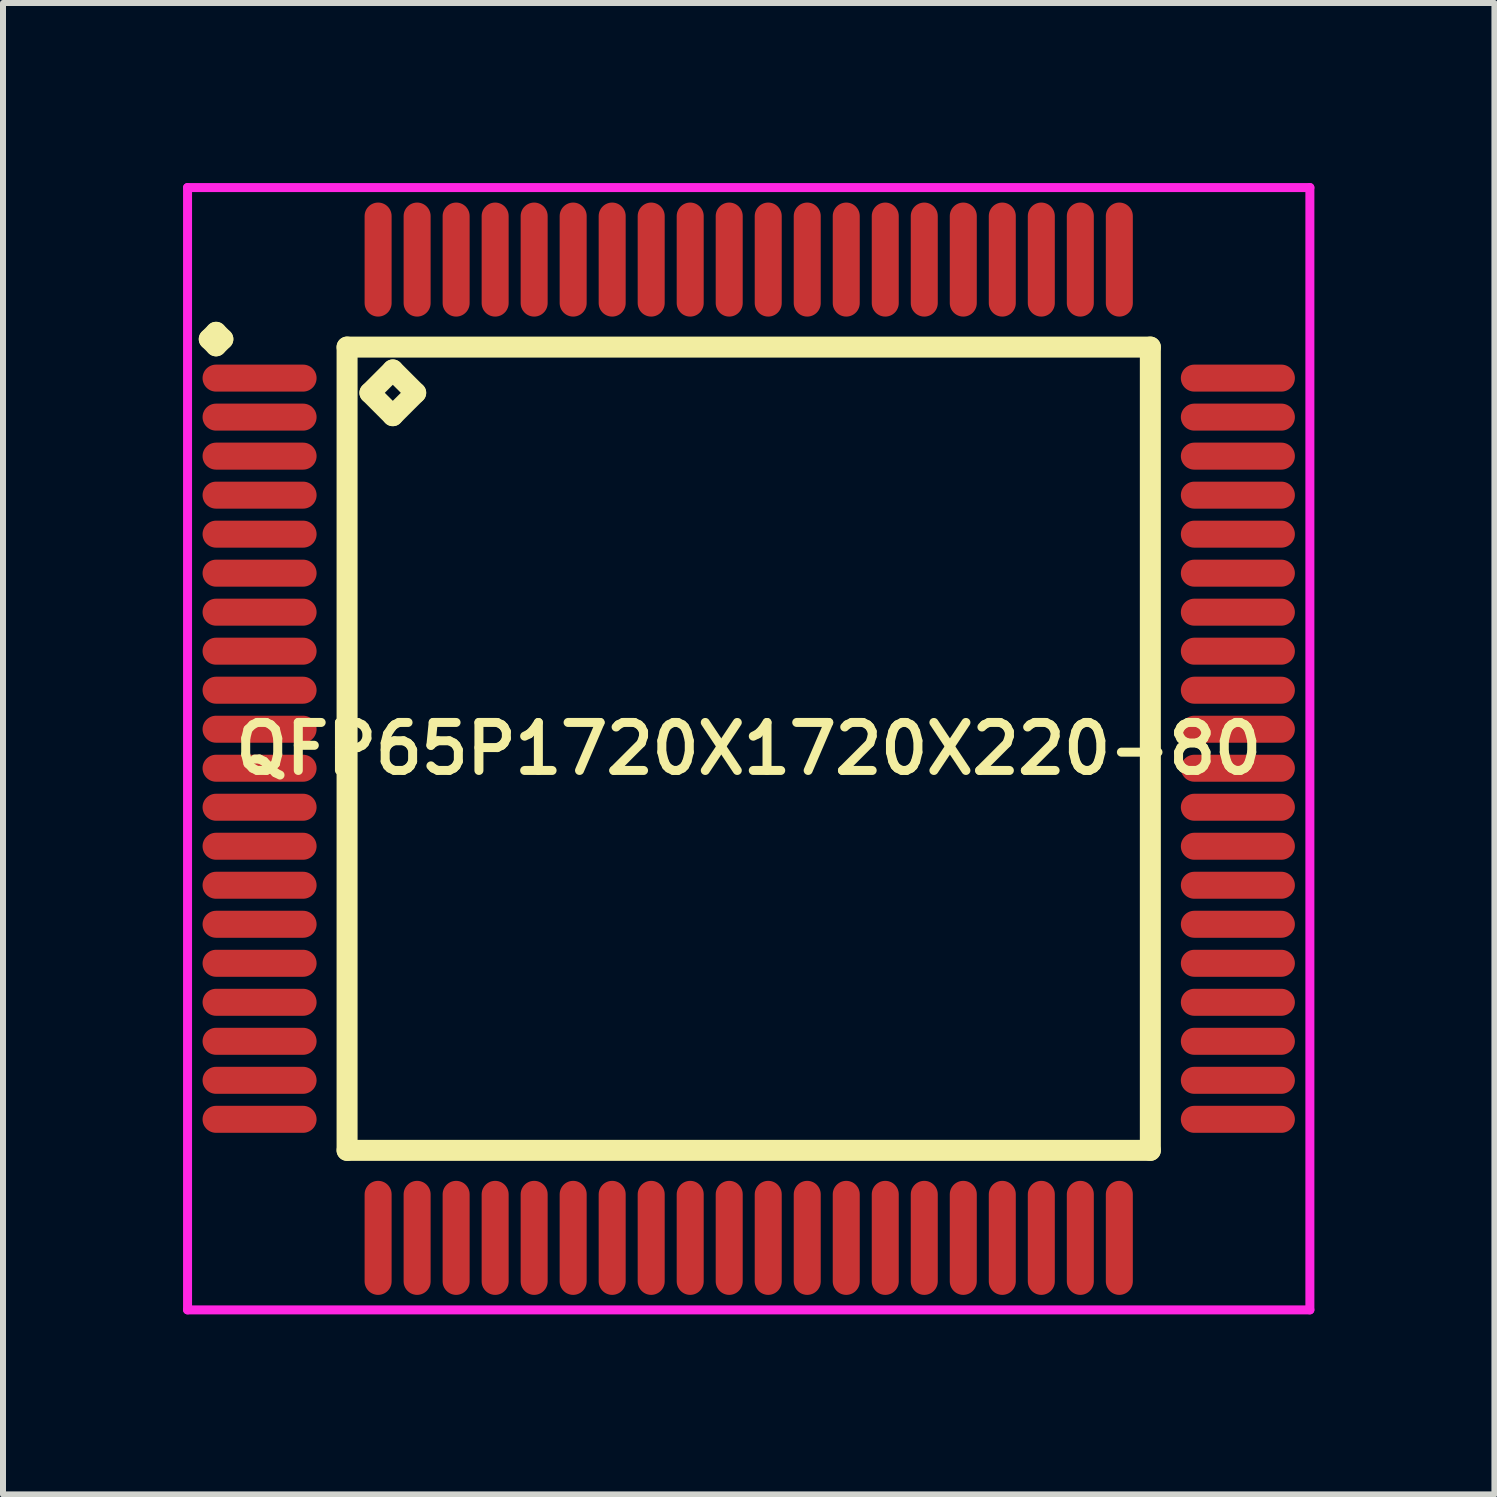
<source format=kicad_pcb>
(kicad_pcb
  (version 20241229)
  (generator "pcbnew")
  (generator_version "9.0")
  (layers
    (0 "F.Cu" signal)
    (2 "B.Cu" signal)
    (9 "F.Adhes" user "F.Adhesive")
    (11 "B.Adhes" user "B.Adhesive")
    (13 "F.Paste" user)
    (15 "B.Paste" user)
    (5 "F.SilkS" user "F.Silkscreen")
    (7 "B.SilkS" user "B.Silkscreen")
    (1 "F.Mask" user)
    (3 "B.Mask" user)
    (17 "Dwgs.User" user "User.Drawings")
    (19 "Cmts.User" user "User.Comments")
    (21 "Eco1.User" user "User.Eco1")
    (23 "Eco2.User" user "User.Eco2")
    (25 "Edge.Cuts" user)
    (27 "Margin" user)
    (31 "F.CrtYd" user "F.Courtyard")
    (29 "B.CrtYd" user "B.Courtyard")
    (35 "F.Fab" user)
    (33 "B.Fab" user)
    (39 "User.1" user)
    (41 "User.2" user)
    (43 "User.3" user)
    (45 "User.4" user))
  (footprint "QFP65P1720X1720X220-80"
    (layer "F.Cu")
    (at 9.425 9.425)
    (property "Reference" "QFP65P1720X1720X220-80" (at 0 0 0) (layer "F.SilkS") (effects (font (size 0.8 0.8) (thickness 0.15))))
    (attr smd)
    (fp_line (start -8.988 -6.825) (end -8.875 -6.938) (stroke (width 0.35) (type solid)) (layer "F.SilkS"))
    (fp_line (start -8.875 -6.938) (end -8.762 -6.825) (stroke (width 0.35) (type solid)) (layer "F.SilkS"))
    (fp_line (start -8.875 -6.713) (end -8.988 -6.825) (stroke (width 0.35) (type solid)) (layer "F.SilkS"))
    (fp_line (start -8.762 -6.825) (end -8.875 -6.713) (stroke (width 0.35) (type solid)) (layer "F.SilkS"))
    (fp_line (start -6.692 -6.692) (end -6.692 6.692) (stroke (width 0.35) (type solid)) (layer "F.SilkS"))
    (fp_line (start -6.692 6.692) (end 6.692 6.692) (stroke (width 0.35) (type solid)) (layer "F.SilkS"))
    (fp_line (start -6.311 -5.93) (end -5.93 -6.311) (stroke (width 0.35) (type solid)) (layer "F.SilkS"))
    (fp_line (start -5.93 -6.311) (end -5.549 -5.93) (stroke (width 0.35) (type solid)) (layer "F.SilkS"))
    (fp_line (start -5.93 -5.549) (end -6.311 -5.93) (stroke (width 0.35) (type solid)) (layer "F.SilkS"))
    (fp_line (start -5.549 -5.93) (end -5.93 -5.549) (stroke (width 0.35) (type solid)) (layer "F.SilkS"))
    (fp_line (start 6.692 -6.692) (end -6.692 -6.692) (stroke (width 0.35) (type solid)) (layer "F.SilkS"))
    (fp_line (start 6.692 6.692) (end 6.692 -6.692) (stroke (width 0.35) (type solid)) (layer "F.SilkS"))
    (fp_line (start -9.35 -9.35) (end 9.35 -9.35) (stroke (width 0.15) (type solid)) (layer "F.CrtYd"))
    (fp_line (start -9.35 9.35) (end -9.35 -9.35) (stroke (width 0.15) (type solid)) (layer "F.CrtYd"))
    (fp_line (start 9.35 -9.35) (end 9.35 9.35) (stroke (width 0.15) (type solid)) (layer "F.CrtYd"))
    (fp_line (start 9.35 9.35) (end -9.35 9.35) (stroke (width 0.15) (type solid)) (layer "F.CrtYd"))
    (pad "1" smd oval (at -8.15 -6.175) (size 1.9 0.45) (layers "F.Cu" "F.Mask" "F.Paste"))
    (pad "2" smd oval (at -8.15 -5.525) (size 1.9 0.45) (layers "F.Cu" "F.Mask" "F.Paste"))
    (pad "3" smd oval (at -8.15 -4.875) (size 1.9 0.45) (layers "F.Cu" "F.Mask" "F.Paste"))
    (pad "4" smd oval (at -8.15 -4.225) (size 1.9 0.45) (layers "F.Cu" "F.Mask" "F.Paste"))
    (pad "5" smd oval (at -8.15 -3.575) (size 1.9 0.45) (layers "F.Cu" "F.Mask" "F.Paste"))
    (pad "6" smd oval (at -8.15 -2.925) (size 1.9 0.45) (layers "F.Cu" "F.Mask" "F.Paste"))
    (pad "7" smd oval (at -8.15 -2.275) (size 1.9 0.45) (layers "F.Cu" "F.Mask" "F.Paste"))
    (pad "8" smd oval (at -8.15 -1.625) (size 1.9 0.45) (layers "F.Cu" "F.Mask" "F.Paste"))
    (pad "9" smd oval (at -8.15 -0.975) (size 1.9 0.45) (layers "F.Cu" "F.Mask" "F.Paste"))
    (pad "10" smd oval (at -8.15 -0.325) (size 1.9 0.45) (layers "F.Cu" "F.Mask" "F.Paste"))
    (pad "11" smd oval (at -8.15 0.325) (size 1.9 0.45) (layers "F.Cu" "F.Mask" "F.Paste"))
    (pad "12" smd oval (at -8.15 0.975) (size 1.9 0.45) (layers "F.Cu" "F.Mask" "F.Paste"))
    (pad "13" smd oval (at -8.15 1.625) (size 1.9 0.45) (layers "F.Cu" "F.Mask" "F.Paste"))
    (pad "14" smd oval (at -8.15 2.275) (size 1.9 0.45) (layers "F.Cu" "F.Mask" "F.Paste"))
    (pad "15" smd oval (at -8.15 2.925) (size 1.9 0.45) (layers "F.Cu" "F.Mask" "F.Paste"))
    (pad "16" smd oval (at -8.15 3.575) (size 1.9 0.45) (layers "F.Cu" "F.Mask" "F.Paste"))
    (pad "17" smd oval (at -8.15 4.225) (size 1.9 0.45) (layers "F.Cu" "F.Mask" "F.Paste"))
    (pad "18" smd oval (at -8.15 4.875) (size 1.9 0.45) (layers "F.Cu" "F.Mask" "F.Paste"))
    (pad "19" smd oval (at -8.15 5.525) (size 1.9 0.45) (layers "F.Cu" "F.Mask" "F.Paste"))
    (pad "20" smd oval (at -8.15 6.175) (size 1.9 0.45) (layers "F.Cu" "F.Mask" "F.Paste"))
    (pad "21" smd oval (at -6.175 8.15) (size 0.45 1.9) (layers "F.Cu" "F.Mask" "F.Paste"))
    (pad "22" smd oval (at -5.525 8.15) (size 0.45 1.9) (layers "F.Cu" "F.Mask" "F.Paste"))
    (pad "23" smd oval (at -4.875 8.15) (size 0.45 1.9) (layers "F.Cu" "F.Mask" "F.Paste"))
    (pad "24" smd oval (at -4.225 8.15) (size 0.45 1.9) (layers "F.Cu" "F.Mask" "F.Paste"))
    (pad "25" smd oval (at -3.575 8.15) (size 0.45 1.9) (layers "F.Cu" "F.Mask" "F.Paste"))
    (pad "26" smd oval (at -2.925 8.15) (size 0.45 1.9) (layers "F.Cu" "F.Mask" "F.Paste"))
    (pad "27" smd oval (at -2.275 8.15) (size 0.45 1.9) (layers "F.Cu" "F.Mask" "F.Paste"))
    (pad "28" smd oval (at -1.625 8.15) (size 0.45 1.9) (layers "F.Cu" "F.Mask" "F.Paste"))
    (pad "29" smd oval (at -0.975 8.15) (size 0.45 1.9) (layers "F.Cu" "F.Mask" "F.Paste"))
    (pad "30" smd oval (at -0.325 8.15) (size 0.45 1.9) (layers "F.Cu" "F.Mask" "F.Paste"))
    (pad "31" smd oval (at 0.325 8.15) (size 0.45 1.9) (layers "F.Cu" "F.Mask" "F.Paste"))
    (pad "32" smd oval (at 0.975 8.15) (size 0.45 1.9) (layers "F.Cu" "F.Mask" "F.Paste"))
    (pad "33" smd oval (at 1.625 8.15) (size 0.45 1.9) (layers "F.Cu" "F.Mask" "F.Paste"))
    (pad "34" smd oval (at 2.275 8.15) (size 0.45 1.9) (layers "F.Cu" "F.Mask" "F.Paste"))
    (pad "35" smd oval (at 2.925 8.15) (size 0.45 1.9) (layers "F.Cu" "F.Mask" "F.Paste"))
    (pad "36" smd oval (at 3.575 8.15) (size 0.45 1.9) (layers "F.Cu" "F.Mask" "F.Paste"))
    (pad "37" smd oval (at 4.225 8.15) (size 0.45 1.9) (layers "F.Cu" "F.Mask" "F.Paste"))
    (pad "38" smd oval (at 4.875 8.15) (size 0.45 1.9) (layers "F.Cu" "F.Mask" "F.Paste"))
    (pad "39" smd oval (at 5.525 8.15) (size 0.45 1.9) (layers "F.Cu" "F.Mask" "F.Paste"))
    (pad "40" smd oval (at 6.175 8.15) (size 0.45 1.9) (layers "F.Cu" "F.Mask" "F.Paste"))
    (pad "41" smd oval (at 8.15 6.175) (size 1.9 0.45) (layers "F.Cu" "F.Mask" "F.Paste"))
    (pad "42" smd oval (at 8.15 5.525) (size 1.9 0.45) (layers "F.Cu" "F.Mask" "F.Paste"))
    (pad "43" smd oval (at 8.15 4.875) (size 1.9 0.45) (layers "F.Cu" "F.Mask" "F.Paste"))
    (pad "44" smd oval (at 8.15 4.225) (size 1.9 0.45) (layers "F.Cu" "F.Mask" "F.Paste"))
    (pad "45" smd oval (at 8.15 3.575) (size 1.9 0.45) (layers "F.Cu" "F.Mask" "F.Paste"))
    (pad "46" smd oval (at 8.15 2.925) (size 1.9 0.45) (layers "F.Cu" "F.Mask" "F.Paste"))
    (pad "47" smd oval (at 8.15 2.275) (size 1.9 0.45) (layers "F.Cu" "F.Mask" "F.Paste"))
    (pad "48" smd oval (at 8.15 1.625) (size 1.9 0.45) (layers "F.Cu" "F.Mask" "F.Paste"))
    (pad "49" smd oval (at 8.15 0.975) (size 1.9 0.45) (layers "F.Cu" "F.Mask" "F.Paste"))
    (pad "50" smd oval (at 8.15 0.325) (size 1.9 0.45) (layers "F.Cu" "F.Mask" "F.Paste"))
    (pad "51" smd oval (at 8.15 -0.325) (size 1.9 0.45) (layers "F.Cu" "F.Mask" "F.Paste"))
    (pad "52" smd oval (at 8.15 -0.975) (size 1.9 0.45) (layers "F.Cu" "F.Mask" "F.Paste"))
    (pad "53" smd oval (at 8.15 -1.625) (size 1.9 0.45) (layers "F.Cu" "F.Mask" "F.Paste"))
    (pad "54" smd oval (at 8.15 -2.275) (size 1.9 0.45) (layers "F.Cu" "F.Mask" "F.Paste"))
    (pad "55" smd oval (at 8.15 -2.925) (size 1.9 0.45) (layers "F.Cu" "F.Mask" "F.Paste"))
    (pad "56" smd oval (at 8.15 -3.575) (size 1.9 0.45) (layers "F.Cu" "F.Mask" "F.Paste"))
    (pad "57" smd oval (at 8.15 -4.225) (size 1.9 0.45) (layers "F.Cu" "F.Mask" "F.Paste"))
    (pad "58" smd oval (at 8.15 -4.875) (size 1.9 0.45) (layers "F.Cu" "F.Mask" "F.Paste"))
    (pad "59" smd oval (at 8.15 -5.525) (size 1.9 0.45) (layers "F.Cu" "F.Mask" "F.Paste"))
    (pad "60" smd oval (at 8.15 -6.175) (size 1.9 0.45) (layers "F.Cu" "F.Mask" "F.Paste"))
    (pad "61" smd oval (at 6.175 -8.15) (size 0.45 1.9) (layers "F.Cu" "F.Mask" "F.Paste"))
    (pad "62" smd oval (at 5.525 -8.15) (size 0.45 1.9) (layers "F.Cu" "F.Mask" "F.Paste"))
    (pad "63" smd oval (at 4.875 -8.15) (size 0.45 1.9) (layers "F.Cu" "F.Mask" "F.Paste"))
    (pad "64" smd oval (at 4.225 -8.15) (size 0.45 1.9) (layers "F.Cu" "F.Mask" "F.Paste"))
    (pad "65" smd oval (at 3.575 -8.15) (size 0.45 1.9) (layers "F.Cu" "F.Mask" "F.Paste"))
    (pad "66" smd oval (at 2.925 -8.15) (size 0.45 1.9) (layers "F.Cu" "F.Mask" "F.Paste"))
    (pad "67" smd oval (at 2.275 -8.15) (size 0.45 1.9) (layers "F.Cu" "F.Mask" "F.Paste"))
    (pad "68" smd oval (at 1.625 -8.15) (size 0.45 1.9) (layers "F.Cu" "F.Mask" "F.Paste"))
    (pad "69" smd oval (at 0.975 -8.15) (size 0.45 1.9) (layers "F.Cu" "F.Mask" "F.Paste"))
    (pad "70" smd oval (at 0.325 -8.15) (size 0.45 1.9) (layers "F.Cu" "F.Mask" "F.Paste"))
    (pad "71" smd oval (at -0.325 -8.15) (size 0.45 1.9) (layers "F.Cu" "F.Mask" "F.Paste"))
    (pad "72" smd oval (at -0.975 -8.15) (size 0.45 1.9) (layers "F.Cu" "F.Mask" "F.Paste"))
    (pad "73" smd oval (at -1.625 -8.15) (size 0.45 1.9) (layers "F.Cu" "F.Mask" "F.Paste"))
    (pad "74" smd oval (at -2.275 -8.15) (size 0.45 1.9) (layers "F.Cu" "F.Mask" "F.Paste"))
    (pad "75" smd oval (at -2.925 -8.15) (size 0.45 1.9) (layers "F.Cu" "F.Mask" "F.Paste"))
    (pad "76" smd oval (at -3.575 -8.15) (size 0.45 1.9) (layers "F.Cu" "F.Mask" "F.Paste"))
    (pad "77" smd oval (at -4.225 -8.15) (size 0.45 1.9) (layers "F.Cu" "F.Mask" "F.Paste"))
    (pad "78" smd oval (at -4.875 -8.15) (size 0.45 1.9) (layers "F.Cu" "F.Mask" "F.Paste"))
    (pad "79" smd oval (at -5.525 -8.15) (size 0.45 1.9) (layers "F.Cu" "F.Mask" "F.Paste"))
    (pad "80" smd oval (at -6.175 -8.15) (size 0.45 1.9) (layers "F.Cu" "F.Mask" "F.Paste")))
  (gr_rect
    (start -3 -3)
    (end 21.85 21.85)
    (stroke (width 0.1) (type default))
    (fill no)
    (layer "Edge.Cuts")))
</source>
